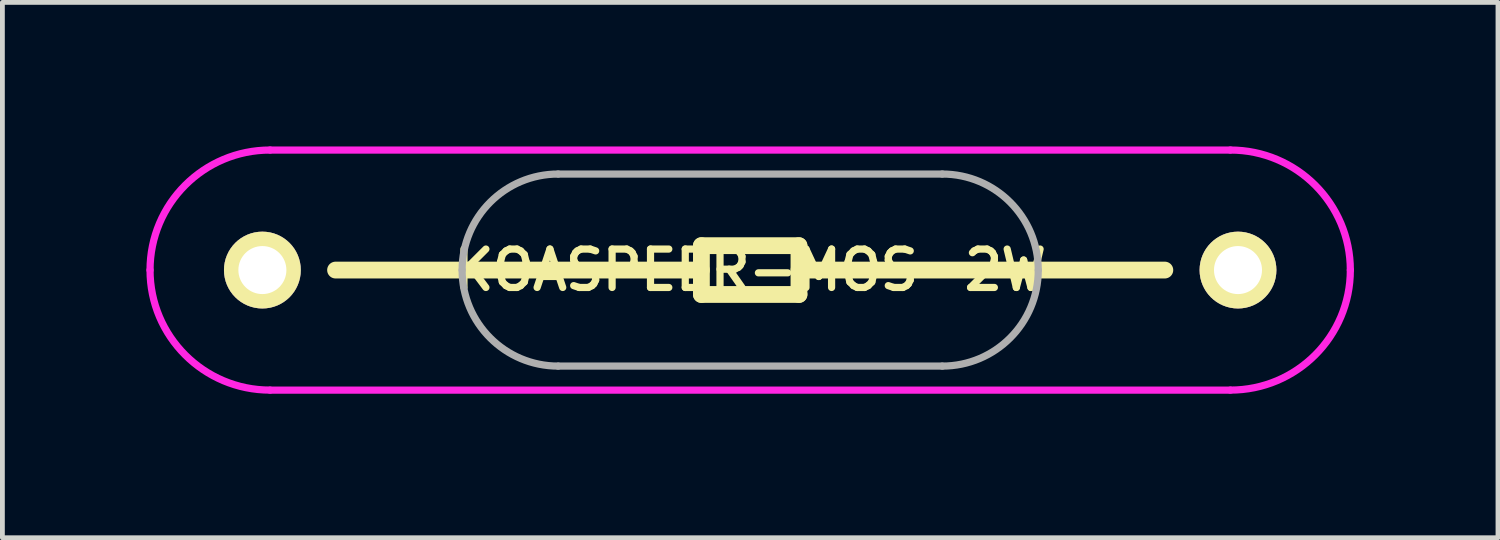
<source format=kicad_pcb>
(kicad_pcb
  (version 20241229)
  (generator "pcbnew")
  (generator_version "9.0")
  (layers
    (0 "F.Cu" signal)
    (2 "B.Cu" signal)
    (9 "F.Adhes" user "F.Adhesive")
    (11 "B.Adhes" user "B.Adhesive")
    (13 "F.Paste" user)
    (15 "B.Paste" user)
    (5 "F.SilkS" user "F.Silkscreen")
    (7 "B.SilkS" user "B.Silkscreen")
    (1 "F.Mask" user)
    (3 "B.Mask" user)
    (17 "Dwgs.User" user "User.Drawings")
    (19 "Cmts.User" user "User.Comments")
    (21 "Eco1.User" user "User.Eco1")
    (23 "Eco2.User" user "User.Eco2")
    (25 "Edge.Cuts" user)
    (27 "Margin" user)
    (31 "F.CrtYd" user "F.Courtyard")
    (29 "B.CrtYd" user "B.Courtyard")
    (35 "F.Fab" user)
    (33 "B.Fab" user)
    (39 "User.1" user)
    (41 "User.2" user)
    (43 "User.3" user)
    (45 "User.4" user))
  (footprint "KOASPEER-MOS-2W"
    (layer "F.Cu")
    (at 12.575 2.575)
    (property "Reference" "KOASPEER-MOS-2W" (at 0 0 0) (layer "F.SilkS") (effects (font (size 0.8 0.8) (thickness 0.15))))
    (attr through_hole)
    (fp_line (start -1.016 -0.508) (end -1.016 0.508) (stroke (width 0.35) (type solid)) (layer "F.SilkS"))
    (fp_line (start -1.016 0) (end -8.636 0) (stroke (width 0.35) (type solid)) (layer "F.SilkS"))
    (fp_line (start -1.016 0.508) (end 1.016 0.508) (stroke (width 0.35) (type solid)) (layer "F.SilkS"))
    (fp_line (start 1.016 -0.508) (end -1.016 -0.508) (stroke (width 0.35) (type solid)) (layer "F.SilkS"))
    (fp_line (start 1.016 0.508) (end 1.016 -0.508) (stroke (width 0.35) (type solid)) (layer "F.SilkS"))
    (fp_line (start 8.636 0) (end 1.016 0) (stroke (width 0.35) (type solid)) (layer "F.SilkS"))
    (fp_line (start -10 2.5) (end 10 2.5) (stroke (width 0.15) (type solid)) (layer "F.CrtYd"))
    (fp_line (start 10 -2.5) (end -10 -2.5) (stroke (width 0.15) (type solid)) (layer "F.CrtYd"))
    (fp_arc (start -12.5 0) (mid -11.767767 -1.767767) (end -10 -2.5) (stroke (width 0.15) (type solid)) (layer "F.CrtYd"))
    (fp_arc (start -10 2.5) (mid -11.767767 1.767767) (end -12.5 0) (stroke (width 0.15) (type solid)) (layer "F.CrtYd"))
    (fp_arc (start 10 -2.5) (mid 11.767767 -1.767767) (end 12.5 0) (stroke (width 0.15) (type solid)) (layer "F.CrtYd"))
    (fp_arc (start 12.5 0) (mid 11.767767 1.767767) (end 10 2.5) (stroke (width 0.15) (type solid)) (layer "F.CrtYd"))
    (fp_line (start -4 2) (end 4 2) (stroke (width 0.15) (type solid)) (layer "F.Fab"))
    (fp_line (start 4 -2) (end -4 -2) (stroke (width 0.15) (type solid)) (layer "F.Fab"))
    (fp_arc (start -6 0) (mid -5.414214 -1.414214) (end -4 -2) (stroke (width 0.15) (type solid)) (layer "F.Fab"))
    (fp_arc (start -4 2) (mid -5.414214 1.414214) (end -6 0) (stroke (width 0.15) (type solid)) (layer "F.Fab"))
    (fp_arc (start 4 -2) (mid 5.414214 -1.414214) (end 6 0) (stroke (width 0.15) (type solid)) (layer "F.Fab"))
    (fp_arc (start 6 0) (mid 5.414214 1.414214) (end 4 2) (stroke (width 0.15) (type solid)) (layer "F.Fab"))
    (pad "1" thru_hole circle (at -10.16 0) (size 1.6 1.6) (drill 1) (layers "*.Cu" "*.Mask" "F.SilkS"))
    (pad "2" thru_hole circle (at 10.16 0) (size 1.6 1.6) (drill 1) (layers "*.Cu" "*.Mask" "F.SilkS")))
  (gr_rect
    (start -3 -3)
    (end 28.15 8.15)
    (stroke (width 0.1) (type default))
    (fill no)
    (layer "Edge.Cuts")))
</source>
